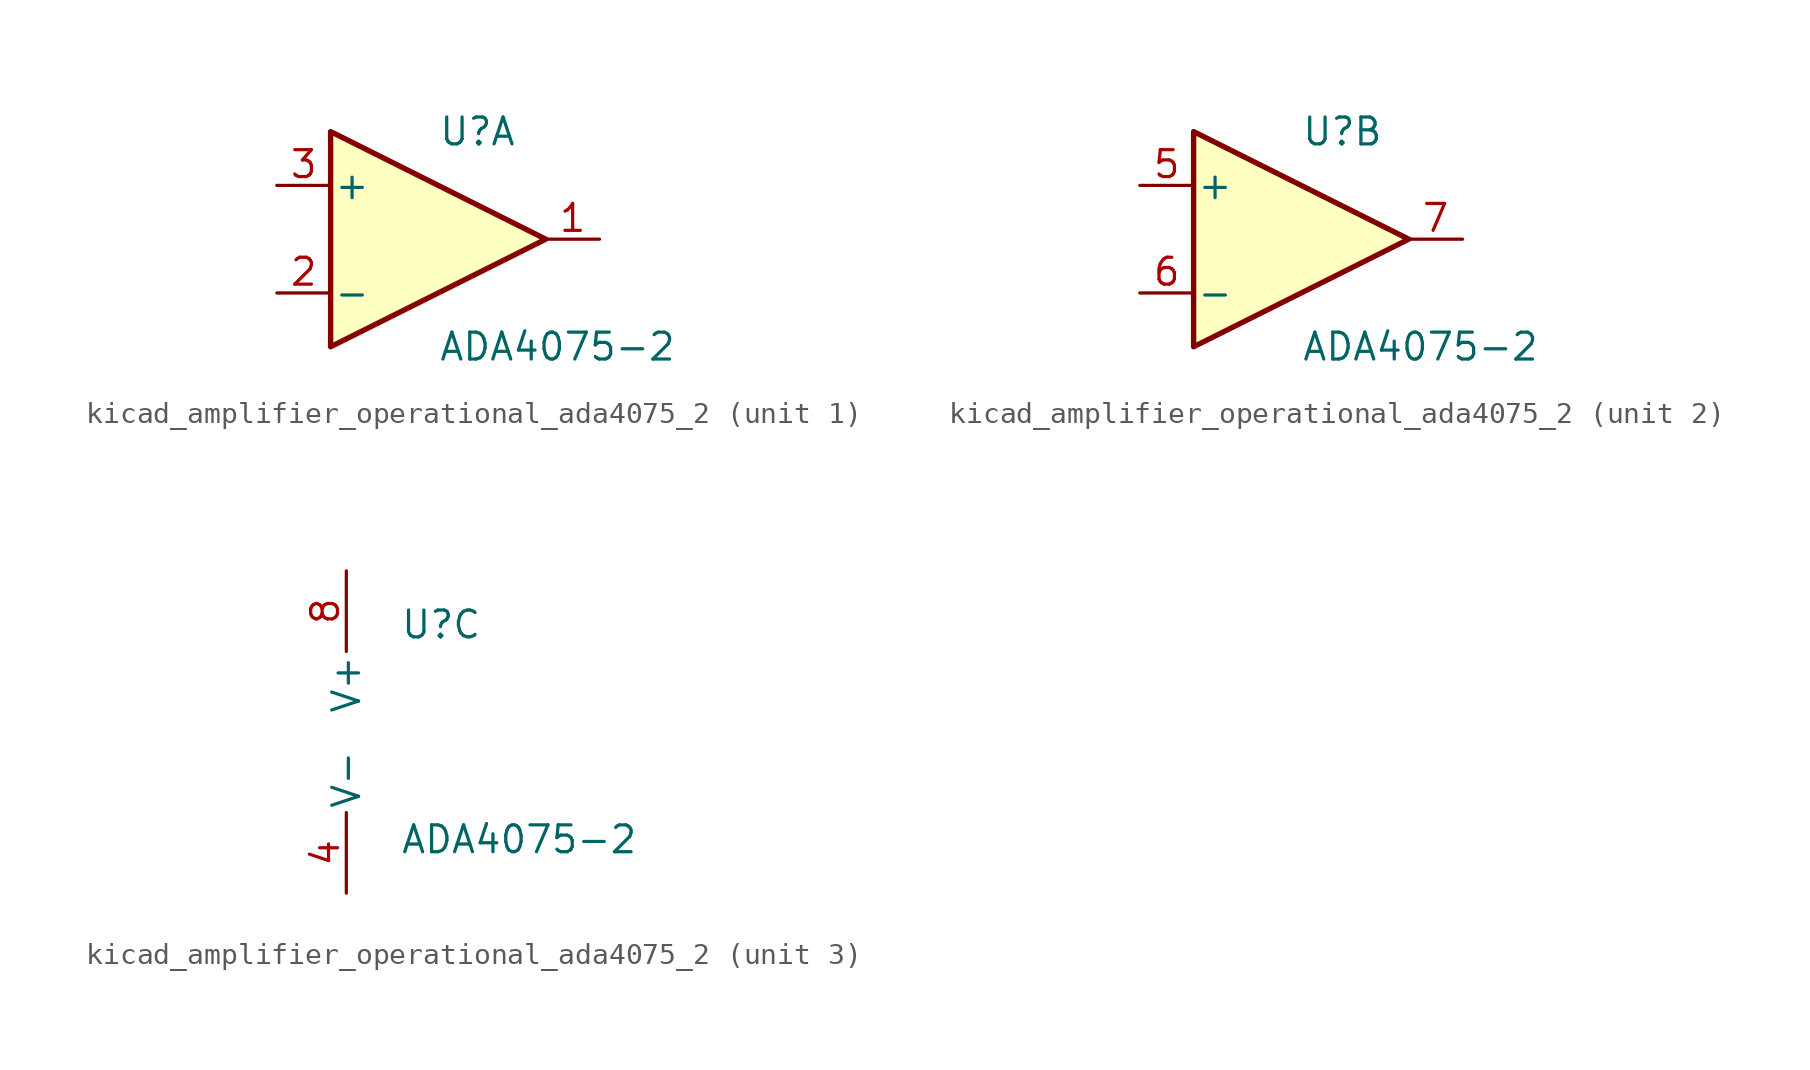
<source format=kicad_sym>
(kicad_symbol_lib
  (version 20220914)
  (generator kicad_symbol_editor)
  (symbol "kicad_amplifier_operational_ada4075_2"
    (pin_names
      (offset 0.127))
    (property "Reference" "U"
      (at 0 5.08 0)
      (effects (font (size 1.27 1.27)) (justify left)))
    (property "Value" "ADA4075-2"
      (at 0 -5.08 0)
      (effects (font (size 1.27 1.27)) (justify left)))
    (property "ki_locked" ""
      (at 0 0 0)
      (effects (font (size 1.27 1.27))))
    (symbol "kicad_amplifier_operational_ada4075_2_1_1"
      (polyline (pts (xy -5.08 5.08) (xy 5.08 0) (xy -5.08 -5.08) (xy -5.08 5.08)) (stroke (width 0.254) (type default)) (fill (type background)))
      (pin output line (at 7.62 0 180) (length 2.54) (name "~" (effects (font (size 1.27 1.27)))) (number "1" (effects (font (size 1.27 1.27)))))
      (pin input line (at -7.62 -2.54 0) (length 2.54) (name "-" (effects (font (size 1.27 1.27)))) (number "2" (effects (font (size 1.27 1.27)))))
      (pin input line (at -7.62 2.54 0) (length 2.54) (name "+" (effects (font (size 1.27 1.27)))) (number "3" (effects (font (size 1.27 1.27))))))
    (symbol "kicad_amplifier_operational_ada4075_2_2_1"
      (polyline (pts (xy -5.08 5.08) (xy 5.08 0) (xy -5.08 -5.08) (xy -5.08 5.08)) (stroke (width 0.254) (type default)) (fill (type background)))
      (pin input line (at -7.62 2.54 0) (length 2.54) (name "+" (effects (font (size 1.27 1.27)))) (number "5" (effects (font (size 1.27 1.27)))))
      (pin input line (at -7.62 -2.54 0) (length 2.54) (name "-" (effects (font (size 1.27 1.27)))) (number "6" (effects (font (size 1.27 1.27)))))
      (pin output line (at 7.62 0 180) (length 2.54) (name "~" (effects (font (size 1.27 1.27)))) (number "7" (effects (font (size 1.27 1.27))))))
    (symbol "kicad_amplifier_operational_ada4075_2_3_1"
      (pin power_in line (at -2.54 -7.62 90) (length 3.81) (name "V-" (effects (font (size 1.27 1.27)))) (number "4" (effects (font (size 1.27 1.27)))))
      (pin power_in line (at -2.54 7.62 270) (length 3.81) (name "V+" (effects (font (size 1.27 1.27)))) (number "8" (effects (font (size 1.27 1.27))))))))
</source>
